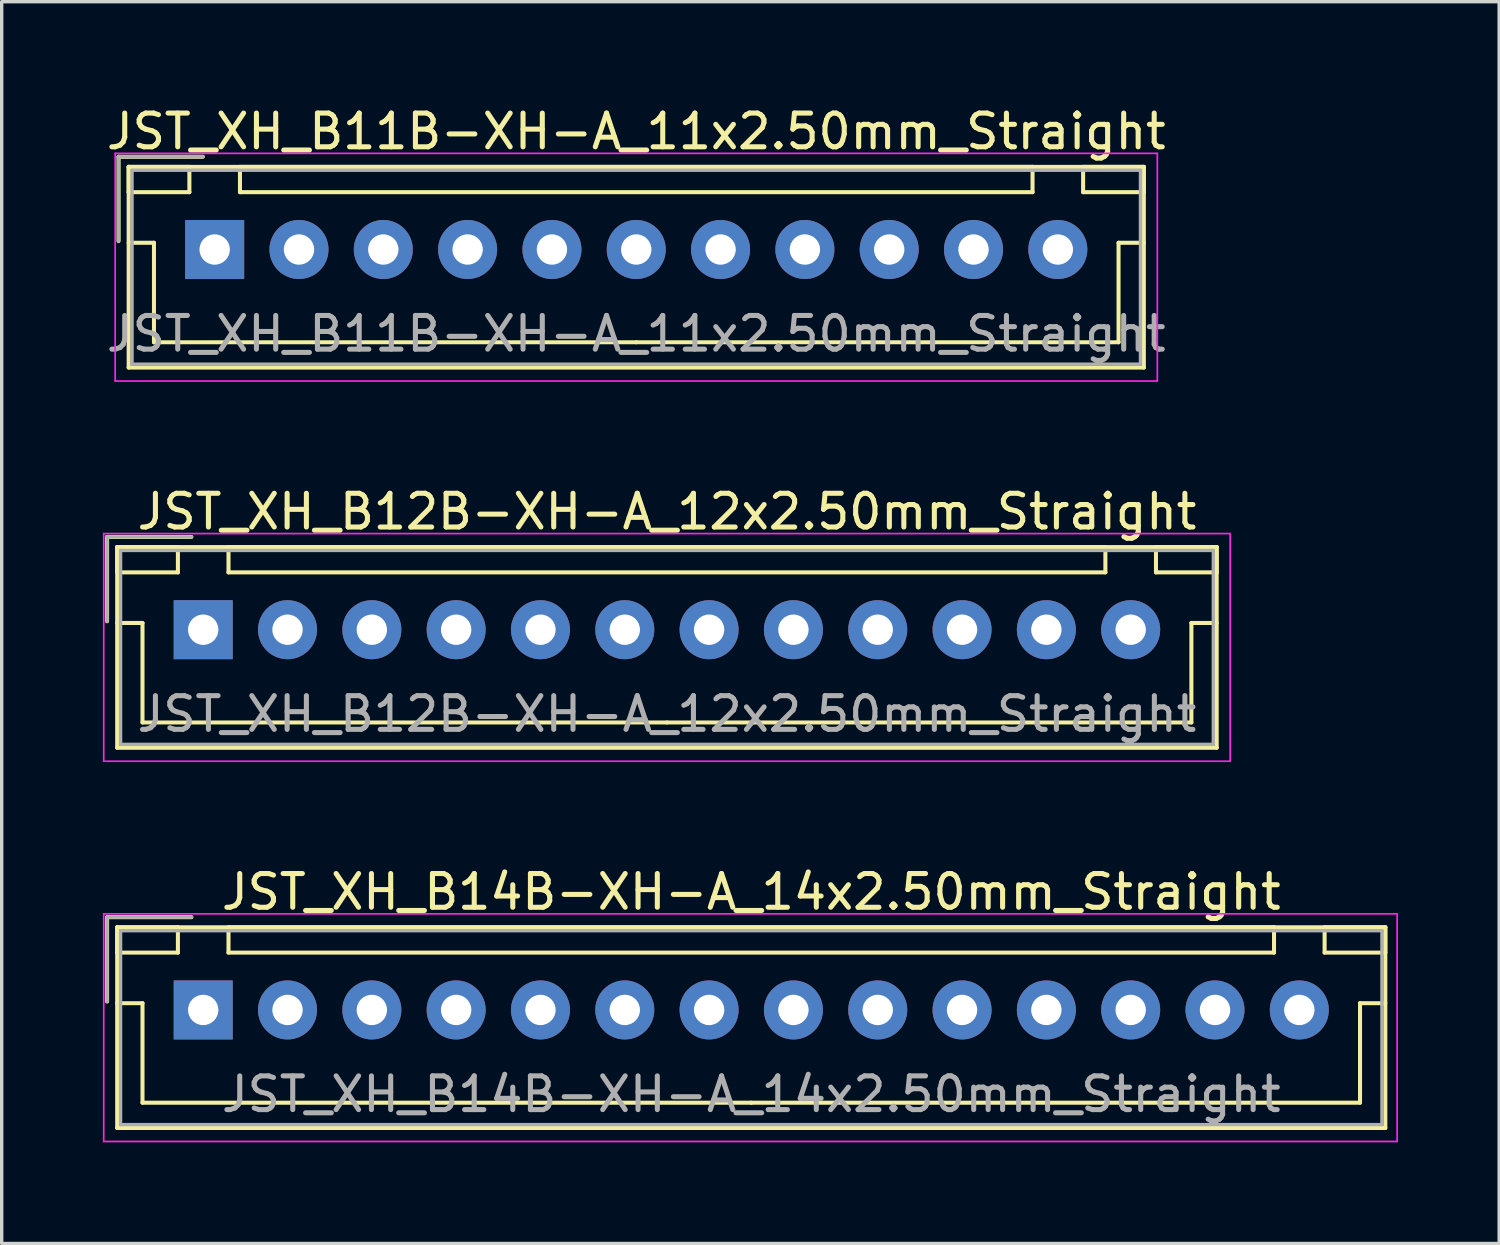
<source format=kicad_pcb>
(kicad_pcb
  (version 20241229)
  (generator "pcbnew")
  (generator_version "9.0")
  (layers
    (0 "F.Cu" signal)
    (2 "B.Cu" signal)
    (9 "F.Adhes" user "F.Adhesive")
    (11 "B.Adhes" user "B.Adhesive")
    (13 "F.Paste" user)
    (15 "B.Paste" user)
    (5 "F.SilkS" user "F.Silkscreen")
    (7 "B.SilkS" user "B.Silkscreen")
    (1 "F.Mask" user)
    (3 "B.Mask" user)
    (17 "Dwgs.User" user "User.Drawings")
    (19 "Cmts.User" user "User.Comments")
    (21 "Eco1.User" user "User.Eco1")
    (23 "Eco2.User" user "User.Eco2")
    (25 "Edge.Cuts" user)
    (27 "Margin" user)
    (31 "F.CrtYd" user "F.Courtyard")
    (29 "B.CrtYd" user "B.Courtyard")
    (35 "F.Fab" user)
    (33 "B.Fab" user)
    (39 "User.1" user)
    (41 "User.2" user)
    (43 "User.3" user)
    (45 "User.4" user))
  (footprint "JST_XH_B11B-XH-A_11x2.50mm_Straight"
    (layer "F.Cu")
    (at 3.315 4.348)
    (property "Reference" "JST_XH_B11B-XH-A_11x2.50mm_Straight" (at 12.5 -3.5 0) (layer "F.SilkS") (effects (font (size 1 1) (thickness 0.15))))
    (attr through_hole)
    (fp_line (start -2.85 -2.75) (end -2.85 -0.25) (stroke (width 0.12) (type solid)) (layer "F.SilkS"))
    (fp_line (start -2.55 -2.45) (end -2.55 -1.7) (stroke (width 0.12) (type solid)) (layer "F.SilkS"))
    (fp_line (start -2.55 -2.45) (end -2.55 3.5) (stroke (width 0.12) (type solid)) (layer "F.SilkS"))
    (fp_line (start -2.55 -1.7) (end -0.75 -1.7) (stroke (width 0.12) (type solid)) (layer "F.SilkS"))
    (fp_line (start -2.55 -0.2) (end -1.8 -0.2) (stroke (width 0.12) (type solid)) (layer "F.SilkS"))
    (fp_line (start -2.55 3.5) (end 27.55 3.5) (stroke (width 0.12) (type solid)) (layer "F.SilkS"))
    (fp_line (start -1.8 -0.2) (end -1.8 2.75) (stroke (width 0.12) (type solid)) (layer "F.SilkS"))
    (fp_line (start -1.8 2.75) (end 12.5 2.75) (stroke (width 0.12) (type solid)) (layer "F.SilkS"))
    (fp_line (start -0.75 -2.45) (end -2.55 -2.45) (stroke (width 0.12) (type solid)) (layer "F.SilkS"))
    (fp_line (start -0.75 -1.7) (end -0.75 -2.45) (stroke (width 0.12) (type solid)) (layer "F.SilkS"))
    (fp_line (start -0.35 -2.75) (end -2.85 -2.75) (stroke (width 0.12) (type solid)) (layer "F.SilkS"))
    (fp_line (start 0.75 -2.45) (end 0.75 -1.7) (stroke (width 0.12) (type solid)) (layer "F.SilkS"))
    (fp_line (start 0.75 -1.7) (end 24.25 -1.7) (stroke (width 0.12) (type solid)) (layer "F.SilkS"))
    (fp_line (start 24.25 -2.45) (end 0.75 -2.45) (stroke (width 0.12) (type solid)) (layer "F.SilkS"))
    (fp_line (start 24.25 -1.7) (end 24.25 -2.45) (stroke (width 0.12) (type solid)) (layer "F.SilkS"))
    (fp_line (start 25.75 -2.45) (end 25.75 -1.7) (stroke (width 0.12) (type solid)) (layer "F.SilkS"))
    (fp_line (start 25.75 -1.7) (end 27.55 -1.7) (stroke (width 0.12) (type solid)) (layer "F.SilkS"))
    (fp_line (start 26.8 -0.2) (end 26.8 2.75) (stroke (width 0.12) (type solid)) (layer "F.SilkS"))
    (fp_line (start 26.8 2.75) (end 12.5 2.75) (stroke (width 0.12) (type solid)) (layer "F.SilkS"))
    (fp_line (start 27.55 -2.45) (end -2.55 -2.45) (stroke (width 0.12) (type solid)) (layer "F.SilkS"))
    (fp_line (start 27.55 -2.45) (end 25.75 -2.45) (stroke (width 0.12) (type solid)) (layer "F.SilkS"))
    (fp_line (start 27.55 -1.7) (end 27.55 -2.45) (stroke (width 0.12) (type solid)) (layer "F.SilkS"))
    (fp_line (start 27.55 -0.2) (end 26.8 -0.2) (stroke (width 0.12) (type solid)) (layer "F.SilkS"))
    (fp_line (start 27.55 3.5) (end 27.55 -2.45) (stroke (width 0.12) (type solid)) (layer "F.SilkS"))
    (fp_line (start -2.95 -2.85) (end -2.95 3.9) (stroke (width 0.05) (type solid)) (layer "F.CrtYd"))
    (fp_line (start -2.95 3.9) (end 27.95 3.9) (stroke (width 0.05) (type solid)) (layer "F.CrtYd"))
    (fp_line (start 27.95 -2.85) (end -2.95 -2.85) (stroke (width 0.05) (type solid)) (layer "F.CrtYd"))
    (fp_line (start 27.95 3.9) (end 27.95 -2.85) (stroke (width 0.05) (type solid)) (layer "F.CrtYd"))
    (fp_line (start -2.85 -2.75) (end -2.85 -0.25) (stroke (width 0.1) (type solid)) (layer "F.Fab"))
    (fp_line (start -2.45 -2.35) (end -2.45 3.4) (stroke (width 0.1) (type solid)) (layer "F.Fab"))
    (fp_line (start -2.45 3.4) (end 27.45 3.4) (stroke (width 0.1) (type solid)) (layer "F.Fab"))
    (fp_line (start -0.35 -2.75) (end -2.85 -2.75) (stroke (width 0.1) (type solid)) (layer "F.Fab"))
    (fp_line (start 27.45 -2.35) (end -2.45 -2.35) (stroke (width 0.1) (type solid)) (layer "F.Fab"))
    (fp_line (start 27.45 3.4) (end 27.45 -2.35) (stroke (width 0.1) (type solid)) (layer "F.Fab"))
    (fp_text user "${REFERENCE}" (at 12.5 2.5 0) (layer "F.Fab") (effects (font (size 1 1) (thickness 0.15))))
    (pad "1" thru_hole rect (at 0 0) (size 1.75 1.75) (drill 0.9) (layers "*.Cu" "*.Mask"))
    (pad "2" thru_hole circle (at 2.5 0) (size 1.75 1.75) (drill 0.9) (layers "*.Cu" "*.Mask"))
    (pad "3" thru_hole circle (at 5 0) (size 1.75 1.75) (drill 0.9) (layers "*.Cu" "*.Mask"))
    (pad "4" thru_hole circle (at 7.5 0) (size 1.75 1.75) (drill 0.9) (layers "*.Cu" "*.Mask"))
    (pad "5" thru_hole circle (at 10 0) (size 1.75 1.75) (drill 0.9) (layers "*.Cu" "*.Mask"))
    (pad "6" thru_hole circle (at 12.5 0) (size 1.75 1.75) (drill 0.9) (layers "*.Cu" "*.Mask"))
    (pad "7" thru_hole circle (at 15 0) (size 1.75 1.75) (drill 0.9) (layers "*.Cu" "*.Mask"))
    (pad "8" thru_hole circle (at 17.5 0) (size 1.75 1.75) (drill 0.9) (layers "*.Cu" "*.Mask"))
    (pad "9" thru_hole circle (at 20 0) (size 1.75 1.75) (drill 0.9) (layers "*.Cu" "*.Mask"))
    (pad "10" thru_hole circle (at 22.5 0) (size 1.75 1.75) (drill 0.9) (layers "*.Cu" "*.Mask"))
    (pad "11" thru_hole circle (at 25 0) (size 1.75 1.75) (drill 0.9) (layers "*.Cu" "*.Mask")))
  (footprint "JST_XH_B12B-XH-A_12x2.50mm_Straight"
    (layer "F.Cu")
    (at 2.975 15.621)
    (property "Reference" "JST_XH_B12B-XH-A_12x2.50mm_Straight" (at 13.75 -3.5 0) (layer "F.SilkS") (effects (font (size 1 1) (thickness 0.15))))
    (attr through_hole)
    (fp_line (start -2.85 -2.75) (end -2.85 -0.25) (stroke (width 0.12) (type solid)) (layer "F.SilkS"))
    (fp_line (start -2.55 -2.45) (end -2.55 -1.7) (stroke (width 0.12) (type solid)) (layer "F.SilkS"))
    (fp_line (start -2.55 -2.45) (end -2.55 3.5) (stroke (width 0.12) (type solid)) (layer "F.SilkS"))
    (fp_line (start -2.55 -1.7) (end -0.75 -1.7) (stroke (width 0.12) (type solid)) (layer "F.SilkS"))
    (fp_line (start -2.55 -0.2) (end -1.8 -0.2) (stroke (width 0.12) (type solid)) (layer "F.SilkS"))
    (fp_line (start -2.55 3.5) (end 30.05 3.5) (stroke (width 0.12) (type solid)) (layer "F.SilkS"))
    (fp_line (start -1.8 -0.2) (end -1.8 2.75) (stroke (width 0.12) (type solid)) (layer "F.SilkS"))
    (fp_line (start -1.8 2.75) (end 13.75 2.75) (stroke (width 0.12) (type solid)) (layer "F.SilkS"))
    (fp_line (start -0.75 -2.45) (end -2.55 -2.45) (stroke (width 0.12) (type solid)) (layer "F.SilkS"))
    (fp_line (start -0.75 -1.7) (end -0.75 -2.45) (stroke (width 0.12) (type solid)) (layer "F.SilkS"))
    (fp_line (start -0.35 -2.75) (end -2.85 -2.75) (stroke (width 0.12) (type solid)) (layer "F.SilkS"))
    (fp_line (start 0.75 -2.45) (end 0.75 -1.7) (stroke (width 0.12) (type solid)) (layer "F.SilkS"))
    (fp_line (start 0.75 -1.7) (end 26.75 -1.7) (stroke (width 0.12) (type solid)) (layer "F.SilkS"))
    (fp_line (start 26.75 -2.45) (end 0.75 -2.45) (stroke (width 0.12) (type solid)) (layer "F.SilkS"))
    (fp_line (start 26.75 -1.7) (end 26.75 -2.45) (stroke (width 0.12) (type solid)) (layer "F.SilkS"))
    (fp_line (start 28.25 -2.45) (end 28.25 -1.7) (stroke (width 0.12) (type solid)) (layer "F.SilkS"))
    (fp_line (start 28.25 -1.7) (end 30.05 -1.7) (stroke (width 0.12) (type solid)) (layer "F.SilkS"))
    (fp_line (start 29.3 -0.2) (end 29.3 2.75) (stroke (width 0.12) (type solid)) (layer "F.SilkS"))
    (fp_line (start 29.3 2.75) (end 13.75 2.75) (stroke (width 0.12) (type solid)) (layer "F.SilkS"))
    (fp_line (start 30.05 -2.45) (end -2.55 -2.45) (stroke (width 0.12) (type solid)) (layer "F.SilkS"))
    (fp_line (start 30.05 -2.45) (end 28.25 -2.45) (stroke (width 0.12) (type solid)) (layer "F.SilkS"))
    (fp_line (start 30.05 -1.7) (end 30.05 -2.45) (stroke (width 0.12) (type solid)) (layer "F.SilkS"))
    (fp_line (start 30.05 -0.2) (end 29.3 -0.2) (stroke (width 0.12) (type solid)) (layer "F.SilkS"))
    (fp_line (start 30.05 3.5) (end 30.05 -2.45) (stroke (width 0.12) (type solid)) (layer "F.SilkS"))
    (fp_line (start -2.95 -2.85) (end -2.95 3.9) (stroke (width 0.05) (type solid)) (layer "F.CrtYd"))
    (fp_line (start -2.95 3.9) (end 30.45 3.9) (stroke (width 0.05) (type solid)) (layer "F.CrtYd"))
    (fp_line (start 30.45 -2.85) (end -2.95 -2.85) (stroke (width 0.05) (type solid)) (layer "F.CrtYd"))
    (fp_line (start 30.45 3.9) (end 30.45 -2.85) (stroke (width 0.05) (type solid)) (layer "F.CrtYd"))
    (fp_line (start -2.85 -2.75) (end -2.85 -0.25) (stroke (width 0.1) (type solid)) (layer "F.Fab"))
    (fp_line (start -2.45 -2.35) (end -2.45 3.4) (stroke (width 0.1) (type solid)) (layer "F.Fab"))
    (fp_line (start -2.45 3.4) (end 29.95 3.4) (stroke (width 0.1) (type solid)) (layer "F.Fab"))
    (fp_line (start -0.35 -2.75) (end -2.85 -2.75) (stroke (width 0.1) (type solid)) (layer "F.Fab"))
    (fp_line (start 29.95 -2.35) (end -2.45 -2.35) (stroke (width 0.1) (type solid)) (layer "F.Fab"))
    (fp_line (start 29.95 3.4) (end 29.95 -2.35) (stroke (width 0.1) (type solid)) (layer "F.Fab"))
    (fp_text user "${REFERENCE}" (at 13.75 2.5 0) (layer "F.Fab") (effects (font (size 1 1) (thickness 0.15))))
    (pad "1" thru_hole rect (at 0 0) (size 1.75 1.75) (drill 0.9) (layers "*.Cu" "*.Mask"))
    (pad "2" thru_hole circle (at 2.5 0) (size 1.75 1.75) (drill 0.9) (layers "*.Cu" "*.Mask"))
    (pad "3" thru_hole circle (at 5 0) (size 1.75 1.75) (drill 0.9) (layers "*.Cu" "*.Mask"))
    (pad "4" thru_hole circle (at 7.5 0) (size 1.75 1.75) (drill 0.9) (layers "*.Cu" "*.Mask"))
    (pad "5" thru_hole circle (at 10 0) (size 1.75 1.75) (drill 0.9) (layers "*.Cu" "*.Mask"))
    (pad "6" thru_hole circle (at 12.5 0) (size 1.75 1.75) (drill 0.9) (layers "*.Cu" "*.Mask"))
    (pad "7" thru_hole circle (at 15 0) (size 1.75 1.75) (drill 0.9) (layers "*.Cu" "*.Mask"))
    (pad "8" thru_hole circle (at 17.5 0) (size 1.75 1.75) (drill 0.9) (layers "*.Cu" "*.Mask"))
    (pad "9" thru_hole circle (at 20 0) (size 1.75 1.75) (drill 0.9) (layers "*.Cu" "*.Mask"))
    (pad "10" thru_hole circle (at 22.5 0) (size 1.75 1.75) (drill 0.9) (layers "*.Cu" "*.Mask"))
    (pad "11" thru_hole circle (at 25 0) (size 1.75 1.75) (drill 0.9) (layers "*.Cu" "*.Mask"))
    (pad "12" thru_hole circle (at 27.5 0) (size 1.75 1.75) (drill 0.9) (layers "*.Cu" "*.Mask")))
  (footprint "JST_XH_B14B-XH-A_14x2.50mm_Straight"
    (layer "F.Cu")
    (at 2.975 26.895)
    (property "Reference" "JST_XH_B14B-XH-A_14x2.50mm_Straight" (at 16.25 -3.5 0) (layer "F.SilkS") (effects (font (size 1 1) (thickness 0.15))))
    (attr through_hole)
    (fp_line (start -2.85 -2.75) (end -2.85 -0.25) (stroke (width 0.12) (type solid)) (layer "F.SilkS"))
    (fp_line (start -2.55 -2.45) (end -2.55 -1.7) (stroke (width 0.12) (type solid)) (layer "F.SilkS"))
    (fp_line (start -2.55 -2.45) (end -2.55 3.5) (stroke (width 0.12) (type solid)) (layer "F.SilkS"))
    (fp_line (start -2.55 -1.7) (end -0.75 -1.7) (stroke (width 0.12) (type solid)) (layer "F.SilkS"))
    (fp_line (start -2.55 -0.2) (end -1.8 -0.2) (stroke (width 0.12) (type solid)) (layer "F.SilkS"))
    (fp_line (start -2.55 3.5) (end 35.05 3.5) (stroke (width 0.12) (type solid)) (layer "F.SilkS"))
    (fp_line (start -1.8 -0.2) (end -1.8 2.75) (stroke (width 0.12) (type solid)) (layer "F.SilkS"))
    (fp_line (start -1.8 2.75) (end 16.25 2.75) (stroke (width 0.12) (type solid)) (layer "F.SilkS"))
    (fp_line (start -0.75 -2.45) (end -2.55 -2.45) (stroke (width 0.12) (type solid)) (layer "F.SilkS"))
    (fp_line (start -0.75 -1.7) (end -0.75 -2.45) (stroke (width 0.12) (type solid)) (layer "F.SilkS"))
    (fp_line (start -0.35 -2.75) (end -2.85 -2.75) (stroke (width 0.12) (type solid)) (layer "F.SilkS"))
    (fp_line (start 0.75 -2.45) (end 0.75 -1.7) (stroke (width 0.12) (type solid)) (layer "F.SilkS"))
    (fp_line (start 0.75 -1.7) (end 31.75 -1.7) (stroke (width 0.12) (type solid)) (layer "F.SilkS"))
    (fp_line (start 31.75 -2.45) (end 0.75 -2.45) (stroke (width 0.12) (type solid)) (layer "F.SilkS"))
    (fp_line (start 31.75 -1.7) (end 31.75 -2.45) (stroke (width 0.12) (type solid)) (layer "F.SilkS"))
    (fp_line (start 33.25 -2.45) (end 33.25 -1.7) (stroke (width 0.12) (type solid)) (layer "F.SilkS"))
    (fp_line (start 33.25 -1.7) (end 35.05 -1.7) (stroke (width 0.12) (type solid)) (layer "F.SilkS"))
    (fp_line (start 34.3 -0.2) (end 34.3 2.75) (stroke (width 0.12) (type solid)) (layer "F.SilkS"))
    (fp_line (start 34.3 2.75) (end 16.25 2.75) (stroke (width 0.12) (type solid)) (layer "F.SilkS"))
    (fp_line (start 35.05 -2.45) (end -2.55 -2.45) (stroke (width 0.12) (type solid)) (layer "F.SilkS"))
    (fp_line (start 35.05 -2.45) (end 33.25 -2.45) (stroke (width 0.12) (type solid)) (layer "F.SilkS"))
    (fp_line (start 35.05 -1.7) (end 35.05 -2.45) (stroke (width 0.12) (type solid)) (layer "F.SilkS"))
    (fp_line (start 35.05 -0.2) (end 34.3 -0.2) (stroke (width 0.12) (type solid)) (layer "F.SilkS"))
    (fp_line (start 35.05 3.5) (end 35.05 -2.45) (stroke (width 0.12) (type solid)) (layer "F.SilkS"))
    (fp_line (start -2.95 -2.85) (end -2.95 3.9) (stroke (width 0.05) (type solid)) (layer "F.CrtYd"))
    (fp_line (start -2.95 3.9) (end 35.4 3.9) (stroke (width 0.05) (type solid)) (layer "F.CrtYd"))
    (fp_line (start 35.4 -2.85) (end -2.95 -2.85) (stroke (width 0.05) (type solid)) (layer "F.CrtYd"))
    (fp_line (start 35.4 3.9) (end 35.4 -2.85) (stroke (width 0.05) (type solid)) (layer "F.CrtYd"))
    (fp_line (start -2.85 -2.75) (end -2.85 -0.25) (stroke (width 0.1) (type solid)) (layer "F.Fab"))
    (fp_line (start -2.45 -2.35) (end -2.45 3.4) (stroke (width 0.1) (type solid)) (layer "F.Fab"))
    (fp_line (start -2.45 3.4) (end 34.95 3.4) (stroke (width 0.1) (type solid)) (layer "F.Fab"))
    (fp_line (start -0.35 -2.75) (end -2.85 -2.75) (stroke (width 0.1) (type solid)) (layer "F.Fab"))
    (fp_line (start 34.95 -2.35) (end -2.45 -2.35) (stroke (width 0.1) (type solid)) (layer "F.Fab"))
    (fp_line (start 34.95 3.4) (end 34.95 -2.35) (stroke (width 0.1) (type solid)) (layer "F.Fab"))
    (fp_text user "${REFERENCE}" (at 16.25 2.5 0) (layer "F.Fab") (effects (font (size 1 1) (thickness 0.15))))
    (pad "1" thru_hole rect (at 0 0) (size 1.75 1.75) (drill 0.9) (layers "*.Cu" "*.Mask"))
    (pad "2" thru_hole circle (at 2.5 0) (size 1.75 1.75) (drill 0.9) (layers "*.Cu" "*.Mask"))
    (pad "3" thru_hole circle (at 5 0) (size 1.75 1.75) (drill 0.9) (layers "*.Cu" "*.Mask"))
    (pad "4" thru_hole circle (at 7.5 0) (size 1.75 1.75) (drill 0.9) (layers "*.Cu" "*.Mask"))
    (pad "5" thru_hole circle (at 10 0) (size 1.75 1.75) (drill 0.9) (layers "*.Cu" "*.Mask"))
    (pad "6" thru_hole circle (at 12.5 0) (size 1.75 1.75) (drill 0.9) (layers "*.Cu" "*.Mask"))
    (pad "7" thru_hole circle (at 15 0) (size 1.75 1.75) (drill 0.9) (layers "*.Cu" "*.Mask"))
    (pad "8" thru_hole circle (at 17.5 0) (size 1.75 1.75) (drill 0.9) (layers "*.Cu" "*.Mask"))
    (pad "9" thru_hole circle (at 20 0) (size 1.75 1.75) (drill 0.9) (layers "*.Cu" "*.Mask"))
    (pad "10" thru_hole circle (at 22.5 0) (size 1.75 1.75) (drill 0.9) (layers "*.Cu" "*.Mask"))
    (pad "11" thru_hole circle (at 25 0) (size 1.75 1.75) (drill 0.9) (layers "*.Cu" "*.Mask"))
    (pad "12" thru_hole circle (at 27.5 0) (size 1.75 1.75) (drill 0.9) (layers "*.Cu" "*.Mask"))
    (pad "13" thru_hole circle (at 30 0) (size 1.75 1.75) (drill 0.9) (layers "*.Cu" "*.Mask"))
    (pad "14" thru_hole circle (at 32.5 0) (size 1.75 1.75) (drill 0.9) (layers "*.Cu" "*.Mask")))
  (gr_rect
    (start -3 -3)
    (end 41.4 33.82)
    (stroke (width 0.1) (type default))
    (fill no)
    (layer "Edge.Cuts")))
</source>
